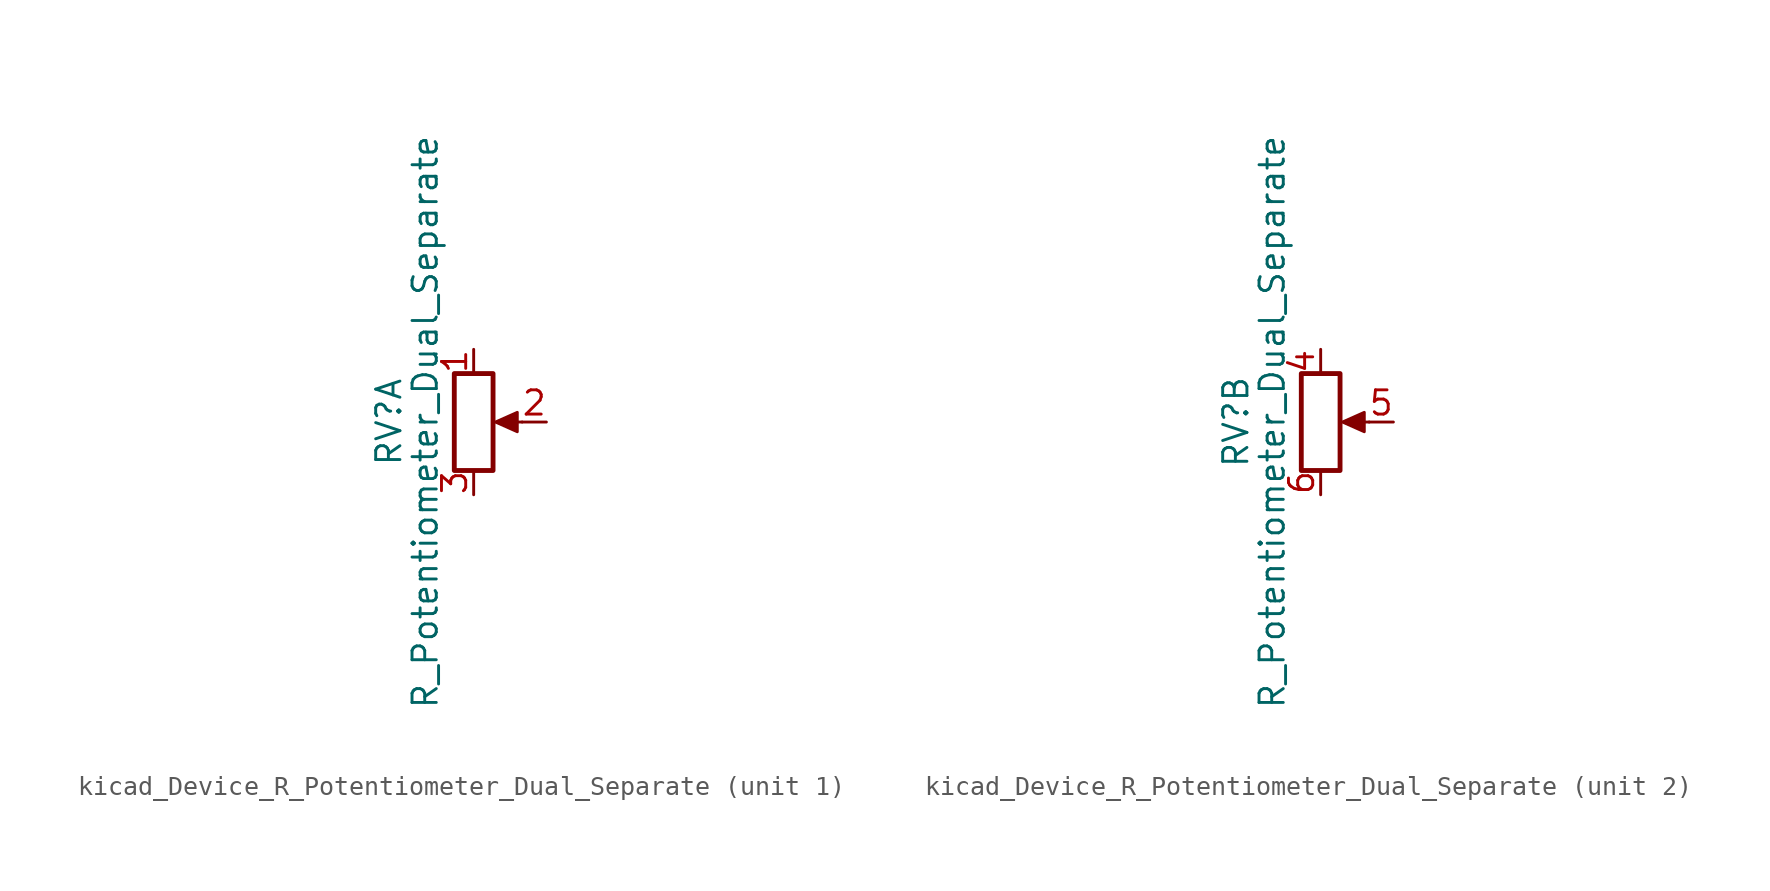
<source format=kicad_sym>
(kicad_symbol_lib
  (version 20220914)
  (generator kicad_symbol_editor)
  (symbol "kicad_Device_R_Potentiometer_Dual_Separate"
    (pin_names
      (offset 1.016) hide)
    (property "Reference" "RV"
      (at -4.445 0 90)
      (effects (font (size 1.27 1.27))))
    (property "Value" "R_Potentiometer_Dual_Separate"
      (at -2.54 0 90)
      (effects (font (size 1.27 1.27))))
    (symbol "kicad_Device_R_Potentiometer_Dual_Separate_0_1"
      (polyline (pts (xy 2.54 0) (xy 1.524 0)) (stroke (width 0) (type default)) (fill (type none)))
      (polyline (pts (xy 1.143 0) (xy 2.286 0.508) (xy 2.286 -0.508) (xy 1.143 0)) (stroke (width 0) (type default)) (fill (type outline)))
      (rectangle (start 1.016 2.54) (end -1.016 -2.54) (stroke (width 0.254) (type default)) (fill (type none))))
    (symbol "kicad_Device_R_Potentiometer_Dual_Separate_1_1"
      (pin passive line (at 0 3.81 270) (length 1.27) (name "1" (effects (font (size 1.27 1.27)))) (number "1" (effects (font (size 1.27 1.27)))))
      (pin passive line (at 3.81 0 180) (length 1.27) (name "2" (effects (font (size 1.27 1.27)))) (number "2" (effects (font (size 1.27 1.27)))))
      (pin passive line (at 0 -3.81 90) (length 1.27) (name "3" (effects (font (size 1.27 1.27)))) (number "3" (effects (font (size 1.27 1.27))))))
    (symbol "kicad_Device_R_Potentiometer_Dual_Separate_2_1"
      (pin passive line (at 0 3.81 270) (length 1.27) (name "4" (effects (font (size 1.27 1.27)))) (number "4" (effects (font (size 1.27 1.27)))))
      (pin passive line (at 3.81 0 180) (length 1.27) (name "5" (effects (font (size 1.27 1.27)))) (number "5" (effects (font (size 1.27 1.27)))))
      (pin passive line (at 0 -3.81 90) (length 1.27) (name "6" (effects (font (size 1.27 1.27)))) (number "6" (effects (font (size 1.27 1.27))))))))
</source>
